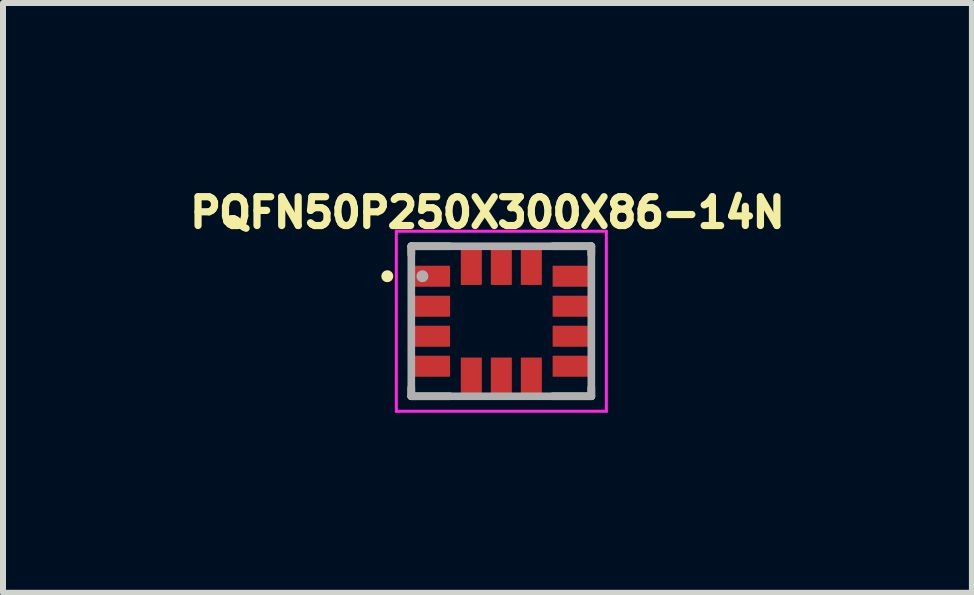
<source format=kicad_pcb>
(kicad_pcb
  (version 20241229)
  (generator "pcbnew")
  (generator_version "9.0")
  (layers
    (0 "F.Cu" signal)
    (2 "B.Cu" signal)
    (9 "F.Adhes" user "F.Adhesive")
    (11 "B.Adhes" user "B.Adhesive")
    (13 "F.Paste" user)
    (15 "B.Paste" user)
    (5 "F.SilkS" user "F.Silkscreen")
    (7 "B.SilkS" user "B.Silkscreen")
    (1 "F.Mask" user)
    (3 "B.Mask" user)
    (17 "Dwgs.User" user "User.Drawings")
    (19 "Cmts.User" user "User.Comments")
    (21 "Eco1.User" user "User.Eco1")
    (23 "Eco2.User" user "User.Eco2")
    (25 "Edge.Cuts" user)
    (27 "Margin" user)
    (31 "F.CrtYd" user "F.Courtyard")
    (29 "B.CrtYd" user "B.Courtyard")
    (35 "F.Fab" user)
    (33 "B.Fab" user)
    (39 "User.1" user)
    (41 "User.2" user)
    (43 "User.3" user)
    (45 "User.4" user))
  (footprint "PQFN50P250X300X86-14N"
    (layer "F.Cu")
    (at 5.304 2.303)
    (property "Reference" "PQFN50P250X300X86-14N" (at -0.231 -1.811 0) (layer "F.SilkS") (effects (font (size 0.48 0.48) (thickness 0.15))))
    (attr smd)
    (fp_line (start -1.5 -1.25) (end -0.859 -1.25) (stroke (width 0.127) (type solid)) (layer "F.SilkS"))
    (fp_line (start -1.5 -1.109) (end -1.5 -1.25) (stroke (width 0.127) (type solid)) (layer "F.SilkS"))
    (fp_line (start -1.5 1.109) (end -1.5 1.25) (stroke (width 0.127) (type solid)) (layer "F.SilkS"))
    (fp_line (start -1.5 1.25) (end -0.859 1.25) (stroke (width 0.127) (type solid)) (layer "F.SilkS"))
    (fp_line (start 1.5 -1.25) (end 0.859 -1.25) (stroke (width 0.127) (type solid)) (layer "F.SilkS"))
    (fp_line (start 1.5 -1.109) (end 1.5 -1.25) (stroke (width 0.127) (type solid)) (layer "F.SilkS"))
    (fp_line (start 1.5 1.109) (end 1.5 1.25) (stroke (width 0.127) (type solid)) (layer "F.SilkS"))
    (fp_line (start 1.5 1.25) (end 0.859 1.25) (stroke (width 0.127) (type solid)) (layer "F.SilkS"))
    (fp_circle (center -1.9 -0.75) (end -1.85 -0.75) (stroke (width 0.1) (type solid)) (fill no) (layer "F.SilkS"))
    (fp_line (start -1.75 -1.5) (end 1.75 -1.5) (stroke (width 0.05) (type solid)) (layer "F.CrtYd"))
    (fp_line (start -1.75 1.5) (end -1.75 -1.5) (stroke (width 0.05) (type solid)) (layer "F.CrtYd"))
    (fp_line (start 1.75 -1.5) (end 1.75 1.5) (stroke (width 0.05) (type solid)) (layer "F.CrtYd"))
    (fp_line (start 1.75 1.5) (end -1.75 1.5) (stroke (width 0.05) (type solid)) (layer "F.CrtYd"))
    (fp_line (start -1.5 -1.25) (end 1.5 -1.25) (stroke (width 0.127) (type solid)) (layer "F.Fab"))
    (fp_line (start -1.5 1.25) (end -1.5 -1.25) (stroke (width 0.127) (type solid)) (layer "F.Fab"))
    (fp_line (start -1.5 1.25) (end 1.5 1.25) (stroke (width 0.127) (type solid)) (layer "F.Fab"))
    (fp_line (start 1.5 -1.25) (end 1.5 1.25) (stroke (width 0.127) (type solid)) (layer "F.Fab"))
    (fp_circle (center -1.315 -0.75) (end -1.265 -0.75) (stroke (width 0.1) (type solid)) (fill no) (layer "F.Fab"))
    (pad "1" smd roundrect (at -1.16 -0.75 180) (size 0.61 0.35) (layers "F.Cu" "F.Mask" "F.Paste") (roundrect_rratio 0.02))
    (pad "2" smd roundrect (at -1.16 -0.25 180) (size 0.61 0.35) (layers "F.Cu" "F.Mask" "F.Paste") (roundrect_rratio 0.02))
    (pad "3" smd roundrect (at -1.16 0.25 180) (size 0.61 0.35) (layers "F.Cu" "F.Mask" "F.Paste") (roundrect_rratio 0.02))
    (pad "4" smd roundrect (at -1.16 0.75 180) (size 0.61 0.35) (layers "F.Cu" "F.Mask" "F.Paste") (roundrect_rratio 0.02))
    (pad "5" smd roundrect (at -0.5 0.91 270) (size 0.61 0.35) (layers "F.Cu" "F.Mask" "F.Paste") (roundrect_rratio 0.02))
    (pad "6" smd roundrect (at 0 0.91 270) (size 0.61 0.35) (layers "F.Cu" "F.Mask" "F.Paste") (roundrect_rratio 0.02))
    (pad "7" smd roundrect (at 0.5 0.91 270) (size 0.61 0.35) (layers "F.Cu" "F.Mask" "F.Paste") (roundrect_rratio 0.02))
    (pad "8" smd roundrect (at 1.16 0.75) (size 0.61 0.35) (layers "F.Cu" "F.Mask" "F.Paste") (roundrect_rratio 0.02))
    (pad "9" smd roundrect (at 1.16 0.25) (size 0.61 0.35) (layers "F.Cu" "F.Mask" "F.Paste") (roundrect_rratio 0.02))
    (pad "10" smd roundrect (at 1.16 -0.25) (size 0.61 0.35) (layers "F.Cu" "F.Mask" "F.Paste") (roundrect_rratio 0.02))
    (pad "11" smd roundrect (at 1.16 -0.75) (size 0.61 0.35) (layers "F.Cu" "F.Mask" "F.Paste") (roundrect_rratio 0.02))
    (pad "12" smd roundrect (at 0.5 -0.91 90) (size 0.61 0.35) (layers "F.Cu" "F.Mask" "F.Paste") (roundrect_rratio 0.02))
    (pad "13" smd roundrect (at 0 -0.91 90) (size 0.61 0.35) (layers "F.Cu" "F.Mask" "F.Paste") (roundrect_rratio 0.02))
    (pad "14" smd roundrect (at -0.5 -0.91 90) (size 0.61 0.35) (layers "F.Cu" "F.Mask" "F.Paste") (roundrect_rratio 0.02)))
  (gr_rect
    (start -3 -3)
    (end 13.146 6.828)
    (stroke (width 0.1) (type default))
    (fill no)
    (layer "Edge.Cuts")))
</source>
